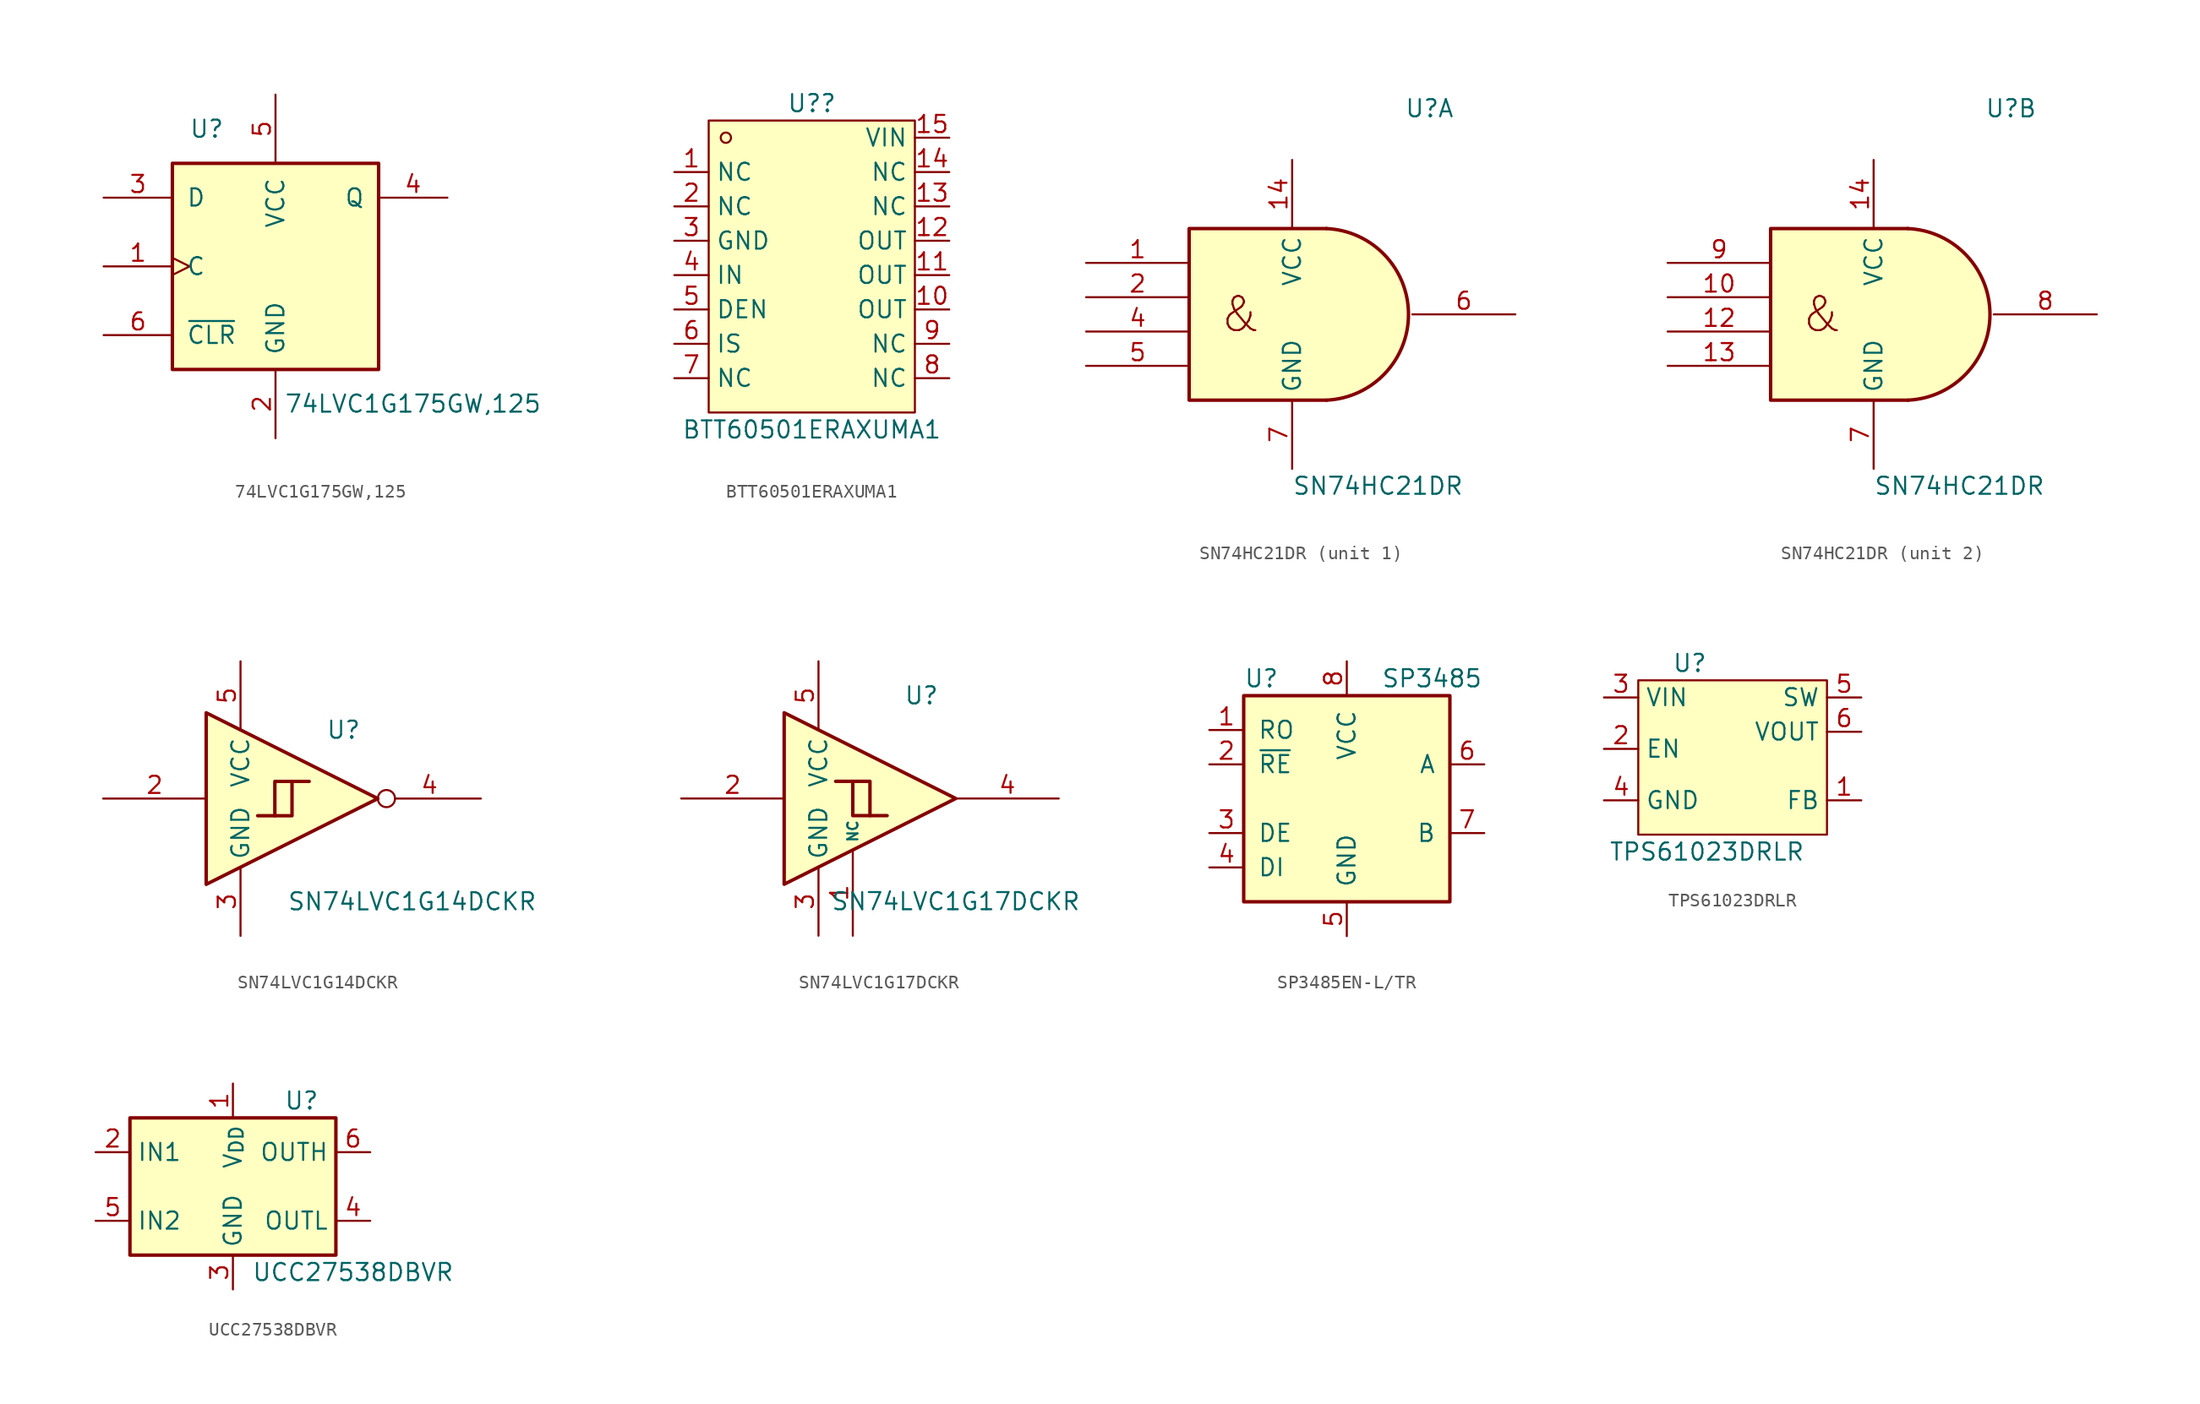
<source format=kicad_sym>
(kicad_symbol_lib
  (version 20211014)
  (generator None)
  (symbol "74LVC1G175GW,125"
    (pin_names
      (offset 1.016))
    (property "Reference" "U"
      (at -5.08 10.16 0)
      (effects (font (size 1.27 1.27))))
    (property "Value" "74LVC1G175GW,125"
      (at 10.16 -10.16 0)
      (effects (font (size 1.27 1.27))))
    (symbol "74LVC1G175GW,125_0_1"
      (rectangle (start -7.62 7.62) (end 7.62 -7.62) (stroke (width 0.254) (type default)) (fill (type background))))
    (symbol "74LVC1G175GW,125_1_1"
      (pin input clock (at -12.7 0 0) (length 5.08) (name "C" (effects (font (size 1.27 1.27)))) (number "1" (effects (font (size 1.27 1.27)))))
      (pin power_in line (at 0 -12.7 90) (length 5.08) (name "GND" (effects (font (size 1.27 1.27)))) (number "2" (effects (font (size 1.27 1.27)))))
      (pin input line (at -12.7 5.08 0) (length 5.08) (name "D" (effects (font (size 1.27 1.27)))) (number "3" (effects (font (size 1.27 1.27)))))
      (pin output line (at 12.7 5.08 180) (length 5.08) (name "Q" (effects (font (size 1.27 1.27)))) (number "4" (effects (font (size 1.27 1.27)))))
      (pin power_in line (at 0 12.7 270) (length 5.08) (name "VCC" (effects (font (size 1.27 1.27)))) (number "5" (effects (font (size 1.27 1.27)))))
      (pin input line (at -12.7 -5.08 0) (length 5.08) (name "~{CLR}" (effects (font (size 1.27 1.27)))) (number "6" (effects (font (size 1.27 1.27)))))))
  (symbol "BTT60501ERAXUMA1"
    (property "Reference" "U?"
      (at 0 6.35 0)
      (effects (font (size 1.27 1.27))))
    (property "Value" "BTT60501ERAXUMA1"
      (at 0 -17.78 0)
      (effects (font (size 1.27 1.27))))
    (symbol "BTT60501ERAXUMA1_0_1"
      (rectangle (start -7.62 5.08) (end 7.62 -16.51) (stroke (width 0) (type default)) (fill (type background)))
      (circle (center -6.35 3.81) (radius 0.38) (stroke (width 0) (type default)) (fill (type none))))
    (symbol "BTT60501ERAXUMA1_1_1"
      (pin free line (at -10.16 1.27 0) (length 2.54) (name "NC" (effects (font (size 1.27 1.27)))) (number "1" (effects (font (size 1.27 1.27)))))
      (pin power_out line (at 10.16 -8.89 180) (length 2.54) (name "OUT" (effects (font (size 1.27 1.27)))) (number "10" (effects (font (size 1.27 1.27)))))
      (pin power_out line (at 10.16 -6.35 180) (length 2.54) (name "OUT" (effects (font (size 1.27 1.27)))) (number "11" (effects (font (size 1.27 1.27)))))
      (pin power_out line (at 10.16 -3.81 180) (length 2.54) (name "OUT" (effects (font (size 1.27 1.27)))) (number "12" (effects (font (size 1.27 1.27)))))
      (pin free line (at 10.16 -1.27 180) (length 2.54) (name "NC" (effects (font (size 1.27 1.27)))) (number "13" (effects (font (size 1.27 1.27)))))
      (pin free line (at 10.16 1.27 180) (length 2.54) (name "NC" (effects (font (size 1.27 1.27)))) (number "14" (effects (font (size 1.27 1.27)))))
      (pin power_in line (at 10.16 3.81 180) (length 2.54) (name "VIN" (effects (font (size 1.27 1.27)))) (number "15" (effects (font (size 1.27 1.27)))))
      (pin free line (at -10.16 -1.27 0) (length 2.54) (name "NC" (effects (font (size 1.27 1.27)))) (number "2" (effects (font (size 1.27 1.27)))))
      (pin power_in line (at -10.16 -3.81 0) (length 2.54) (name "GND" (effects (font (size 1.27 1.27)))) (number "3" (effects (font (size 1.27 1.27)))))
      (pin input line (at -10.16 -6.35 0) (length 2.54) (name "IN" (effects (font (size 1.27 1.27)))) (number "4" (effects (font (size 1.27 1.27)))))
      (pin input line (at -10.16 -8.89 0) (length 2.54) (name "DEN" (effects (font (size 1.27 1.27)))) (number "5" (effects (font (size 1.27 1.27)))))
      (pin output line (at -10.16 -11.43 0) (length 2.54) (name "IS" (effects (font (size 1.27 1.27)))) (number "6" (effects (font (size 1.27 1.27)))))
      (pin free line (at -10.16 -13.97 0) (length 2.54) (name "NC" (effects (font (size 1.27 1.27)))) (number "7" (effects (font (size 1.27 1.27)))))
      (pin free line (at 10.16 -13.97 180) (length 2.54) (name "NC" (effects (font (size 1.27 1.27)))) (number "8" (effects (font (size 1.27 1.27)))))
      (pin free line (at 10.16 -11.43 180) (length 2.54) (name "NC" (effects (font (size 1.27 1.27)))) (number "9" (effects (font (size 1.27 1.27)))))))
  (symbol "SN74HC21DR"
    (property "Reference" "U"
      (at 10.16 15.24 0)
      (effects (font (size 1.27 1.27))))
    (property "Value" "SN74HC21DR"
      (at 6.35 -12.7 0)
      (effects (font (size 1.27 1.27))))
    (symbol "SN74HC21DR_0_0"
      (text "&" (at -3.81 0 0) (effects (font (size 2.54 2.54)))))
    (symbol "SN74HC21DR_0_1"
      (polyline (pts (xy 2.54 -6.35) (xy -7.62 -6.35) (xy -7.62 6.35) (xy 2.54 6.35)) (stroke (width 0.254) (type default)) (fill (type background)))
      (arc (start 2.54 -6.35) (mid 8.607 0) (end 2.54 6.35) (stroke (width 0.254) (type default)) (fill (type background)))
      (pin power_in line (at 0 11.43 270) (length 5.08) (name "VCC" (effects (font (size 1.27 1.27)))) (number "14" (effects (font (size 1.27 1.27)))))
      (pin power_in line (at 0 -11.43 90) (length 5.08) (name "GND" (effects (font (size 1.27 1.27)))) (number "7" (effects (font (size 1.27 1.27))))))
    (symbol "SN74HC21DR_1_1"
      (pin input line (at -15.24 3.81 0) (length 7.62) (name "~" (effects (font (size 1.27 1.27)))) (number "1" (effects (font (size 1.27 1.27)))))
      (pin input line (at -15.24 1.27 0) (length 7.62) (name "~" (effects (font (size 1.27 1.27)))) (number "2" (effects (font (size 1.27 1.27)))))
      (pin input line (at -15.24 -1.27 0) (length 7.62) (name "~" (effects (font (size 1.27 1.27)))) (number "4" (effects (font (size 1.27 1.27)))))
      (pin input line (at -15.24 -3.81 0) (length 7.62) (name "~" (effects (font (size 1.27 1.27)))) (number "5" (effects (font (size 1.27 1.27)))))
      (pin output line (at 16.51 0 180) (length 7.62) (name "~" (effects (font (size 1.27 1.27)))) (number "6" (effects (font (size 1.27 1.27))))))
    (symbol "SN74HC21DR_2_1"
      (pin input line (at -15.24 1.27 0) (length 7.62) (name "~" (effects (font (size 1.27 1.27)))) (number "10" (effects (font (size 1.27 1.27)))))
      (pin input line (at -15.24 -1.27 0) (length 7.62) (name "~" (effects (font (size 1.27 1.27)))) (number "12" (effects (font (size 1.27 1.27)))))
      (pin input line (at -15.24 -3.81 0) (length 7.62) (name "~" (effects (font (size 1.27 1.27)))) (number "13" (effects (font (size 1.27 1.27)))))
      (pin output line (at 16.51 0 180) (length 7.62) (name "~" (effects (font (size 1.27 1.27)))) (number "8" (effects (font (size 1.27 1.27)))))
      (pin input line (at -15.24 3.81 0) (length 7.62) (name "~" (effects (font (size 1.27 1.27)))) (number "9" (effects (font (size 1.27 1.27)))))))
  (symbol "SN74LVC1G14DCKR"
    (property "Reference" "U"
      (at 2.54 5.08 0)
      (effects (font (size 1.27 1.27))))
    (property "Value" "SN74LVC1G14DCKR"
      (at 7.62 -7.62 0)
      (effects (font (size 1.27 1.27))))
    (symbol "SN74LVC1G14DCKR_0_1"
      (polyline (pts (xy -2.54 -1.27) (xy -1.27 -1.27) (xy -1.27 1.27)) (stroke (width 0.254) (type default)) (fill (type background)))
      (polyline (pts (xy -7.62 6.35) (xy -7.62 -6.35) (xy 5.08 0) (xy -7.62 6.35)) (stroke (width 0.254) (type default)) (fill (type background)))
      (polyline (pts (xy -3.81 -1.27) (xy -2.54 -1.27) (xy -2.54 1.27) (xy 0 1.27)) (stroke (width 0.254) (type default)) (fill (type background))))
    (symbol "SN74LVC1G14DCKR_1_1"
      (pin input line (at -15.24 0 0) (length 7.62) (name "~" (effects (font (size 1.27 1.27)))) (number "2" (effects (font (size 1.27 1.27)))))
      (pin power_in line (at -5.08 -10.16 90) (length 5.08) (name "GND" (effects (font (size 1.27 1.27)))) (number "3" (effects (font (size 1.27 1.27)))))
      (pin output inverted (at 12.7 0 180) (length 7.62) (name "~" (effects (font (size 1.27 1.27)))) (number "4" (effects (font (size 1.27 1.27)))))
      (pin power_in line (at -5.08 10.16 270) (length 5.08) (name "VCC" (effects (font (size 1.27 1.27)))) (number "5" (effects (font (size 1.27 1.27)))))))
  (symbol "SN74LVC1G17DCKR"
    (property "Reference" "U"
      (at 2.54 7.62 0)
      (effects (font (size 1.27 1.27))))
    (property "Value" "SN74LVC1G17DCKR"
      (at 5.08 -7.62 0)
      (effects (font (size 1.27 1.27))))
    (symbol "SN74LVC1G17DCKR_0_1"
      (polyline (pts (xy -2.54 1.27) (xy -1.27 1.27) (xy -1.27 -1.27)) (stroke (width 0.254) (type default)) (fill (type background)))
      (polyline (pts (xy -7.62 6.35) (xy -7.62 -6.35) (xy 5.08 0) (xy -7.62 6.35)) (stroke (width 0.254) (type default)) (fill (type background)))
      (polyline (pts (xy -3.81 1.27) (xy -2.54 1.27) (xy -2.54 -1.27) (xy 0 -1.27)) (stroke (width 0.254) (type default)) (fill (type background))))
    (symbol "SN74LVC1G17DCKR_1_1"
      (pin free line (at -2.54 -10.16 90) (length 6.35) (name "NC" (effects (font (size 0.762 0.762)))) (number "1" (effects (font (size 1.27 1.27)))))
      (pin input line (at -15.24 0 0) (length 7.62) (name "~" (effects (font (size 1.27 1.27)))) (number "2" (effects (font (size 1.27 1.27)))))
      (pin power_in line (at -5.08 -10.16 90) (length 5.08) (name "GND" (effects (font (size 1.27 1.27)))) (number "3" (effects (font (size 1.27 1.27)))))
      (pin output line (at 12.7 0 180) (length 7.62) (name "~" (effects (font (size 1.27 1.27)))) (number "4" (effects (font (size 1.27 1.27)))))
      (pin power_in line (at -5.08 10.16 270) (length 5.08) (name "VCC" (effects (font (size 1.27 1.27)))) (number "5" (effects (font (size 1.27 1.27)))))))
  (symbol "SP3485EN-L/TR"
    (pin_names
      (offset 1.016))
    (property "Reference" "U"
      (at -7.62 8.89 0)
      (effects (font (size 1.27 1.27)) (justify left)))
    (property "Value" "SP3485"
      (at 2.54 8.89 0)
      (effects (font (size 1.27 1.27)) (justify left)))
    (symbol "SP3485EN-L/TR_0_1"
      (rectangle (start -7.62 7.62) (end 7.62 -7.62) (stroke (width 0.254) (type default)) (fill (type background))))
    (symbol "SP3485EN-L/TR_1_1"
      (pin output line (at -10.16 5.08 0) (length 2.54) (name "RO" (effects (font (size 1.27 1.27)))) (number "1" (effects (font (size 1.27 1.27)))))
      (pin input line (at -10.16 2.54 0) (length 2.54) (name "~{RE}" (effects (font (size 1.27 1.27)))) (number "2" (effects (font (size 1.27 1.27)))))
      (pin input line (at -10.16 -2.54 0) (length 2.54) (name "DE" (effects (font (size 1.27 1.27)))) (number "3" (effects (font (size 1.27 1.27)))))
      (pin input line (at -10.16 -5.08 0) (length 2.54) (name "DI" (effects (font (size 1.27 1.27)))) (number "4" (effects (font (size 1.27 1.27)))))
      (pin power_in line (at 0 -10.16 90) (length 2.54) (name "GND" (effects (font (size 1.27 1.27)))) (number "5" (effects (font (size 1.27 1.27)))))
      (pin bidirectional line (at 10.16 2.54 180) (length 2.54) (name "A" (effects (font (size 1.27 1.27)))) (number "6" (effects (font (size 1.27 1.27)))))
      (pin bidirectional line (at 10.16 -2.54 180) (length 2.54) (name "B" (effects (font (size 1.27 1.27)))) (number "7" (effects (font (size 1.27 1.27)))))
      (pin power_in line (at 0 10.16 270) (length 2.54) (name "VCC" (effects (font (size 1.27 1.27)))) (number "8" (effects (font (size 1.27 1.27)))))))
  (symbol "TPS61023DRLR"
    (property "Reference" "U"
      (at -2.54 6.35 0)
      (effects (font (size 1.27 1.27))))
    (property "Value" "TPS61023DRLR"
      (at -1.27 -7.62 0)
      (effects (font (size 1.27 1.27))))
    (symbol "TPS61023DRLR_0_1"
      (rectangle (start -6.35 5.08) (end 7.62 -6.35) (stroke (width 0) (type default)) (fill (type background))))
    (symbol "TPS61023DRLR_1_1"
      (pin passive line (at 10.16 -3.81 180) (length 2.54) (name "FB" (effects (font (size 1.27 1.27)))) (number "1" (effects (font (size 1.27 1.27)))))
      (pin input line (at -8.89 0 0) (length 2.54) (name "EN" (effects (font (size 1.27 1.27)))) (number "2" (effects (font (size 1.27 1.27)))))
      (pin power_in line (at -8.89 3.81 0) (length 2.54) (name "VIN" (effects (font (size 1.27 1.27)))) (number "3" (effects (font (size 1.27 1.27)))))
      (pin power_in line (at -8.89 -3.81 0) (length 2.54) (name "GND" (effects (font (size 1.27 1.27)))) (number "4" (effects (font (size 1.27 1.27)))))
      (pin passive line (at 10.16 3.81 180) (length 2.54) (name "SW" (effects (font (size 1.27 1.27)))) (number "5" (effects (font (size 1.27 1.27)))))
      (pin power_out line (at 10.16 1.27 180) (length 2.54) (name "VOUT" (effects (font (size 1.27 1.27)))) (number "6" (effects (font (size 1.27 1.27)))))))
  (symbol "UCC27538DBVR"
    (property "Reference" "U"
      (at 5.08 6.35 0)
      (effects (font (size 1.27 1.27))))
    (property "Value" "UCC27538DBVR"
      (at 8.89 -6.35 0)
      (effects (font (size 1.27 1.27))))
    (symbol "UCC27538DBVR_0_1"
      (rectangle (start -7.62 5.08) (end 7.62 -5.08) (stroke (width 0.254) (type default)) (fill (type background))))
    (symbol "UCC27538DBVR_1_1"
      (pin power_in line (at 0 7.62 270) (length 2.54) (name "V_{DD}" (effects (font (size 1.27 1.27)))) (number "1" (effects (font (size 1.27 1.27)))))
      (pin input line (at -10.16 2.54 0) (length 2.54) (name "IN1" (effects (font (size 1.27 1.27)))) (number "2" (effects (font (size 1.27 1.27)))))
      (pin power_in line (at 0 -7.62 90) (length 2.54) (name "GND" (effects (font (size 1.27 1.27)))) (number "3" (effects (font (size 1.27 1.27)))))
      (pin output line (at 10.16 -2.54 180) (length 2.54) (name "OUTL" (effects (font (size 1.27 1.27)))) (number "4" (effects (font (size 1.27 1.27)))))
      (pin input line (at -10.16 -2.54 0) (length 2.54) (name "IN2" (effects (font (size 1.27 1.27)))) (number "5" (effects (font (size 1.27 1.27)))))
      (pin output line (at 10.16 2.54 180) (length 2.54) (name "OUTH" (effects (font (size 1.27 1.27)))) (number "6" (effects (font (size 1.27 1.27))))))))
</source>
